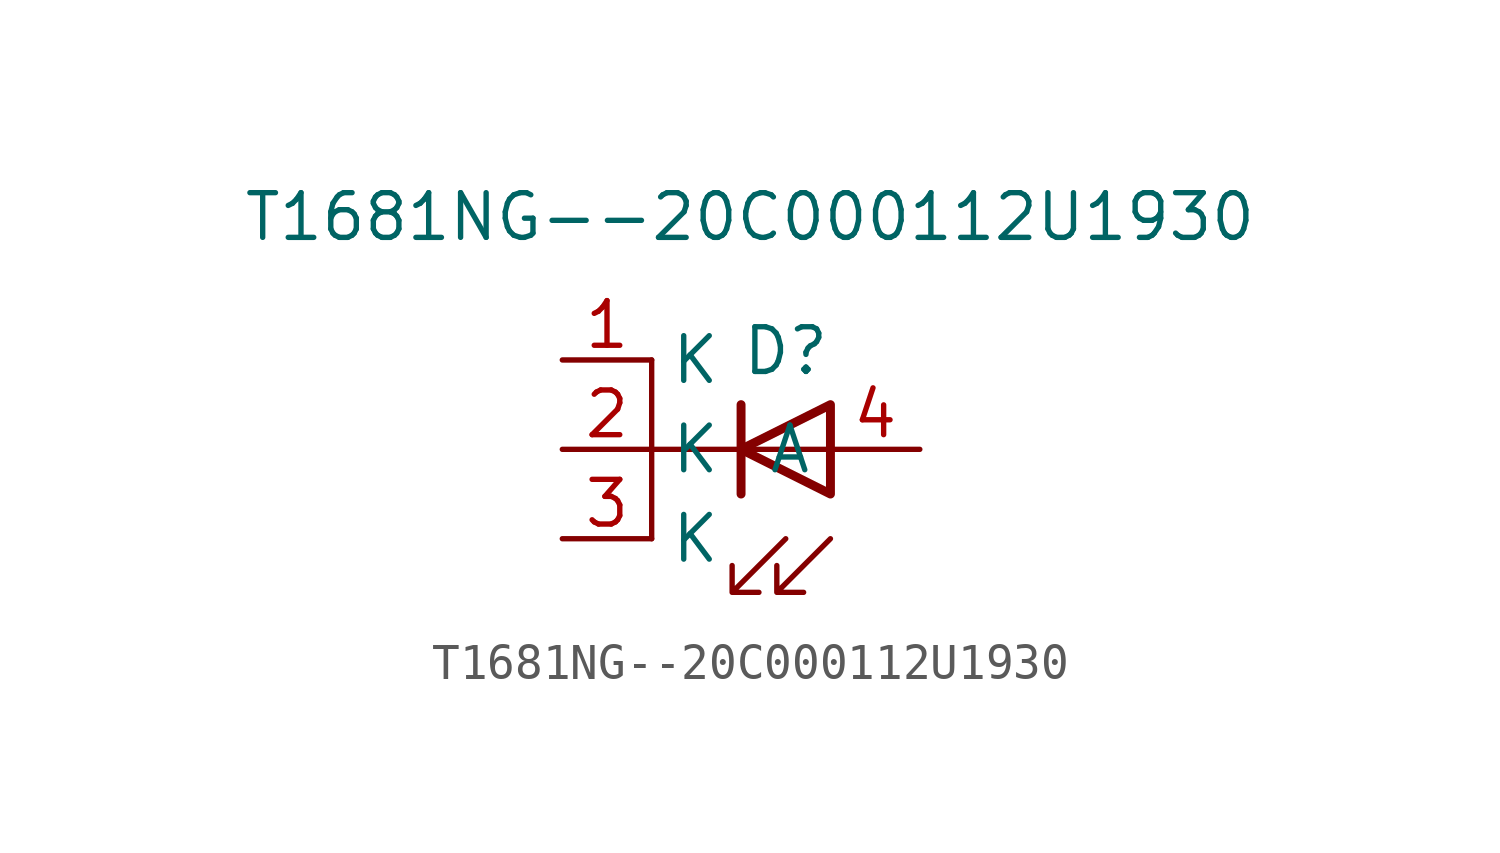
<source format=kicad_sym>
(kicad_symbol_lib
  (version 20231120)
  (generator "kicad_symbol_editor")
  (generator_version "8.0")
  (symbol "T1681NG--20C000112U1930"
    (property "Reference" "D"
      (at 0 2.794 0)
      (effects (font (size 1.27 1.27))))
    (property "Value" "T1681NG--20C000112U1930"
      (at -1.016 6.604 0)
      (effects (font (size 1.27 1.27))))
    (symbol "T1681NG--20C000112U1930_0_1"
      (polyline (pts (xy -3.81 0) (xy -3.81 -2.54)) (stroke (width 0) (type default)) (fill (type none)))
      (polyline (pts (xy -3.81 0) (xy -3.81 2.54)) (stroke (width 0) (type default)) (fill (type none)))
      (polyline (pts (xy -3.81 0) (xy -1.27 0)) (stroke (width 0) (type default)) (fill (type none)))
      (polyline (pts (xy -1.27 -1.27) (xy -1.27 1.27)) (stroke (width 0.254) (type default)) (fill (type none)))
      (polyline (pts (xy -1.27 0) (xy 1.27 0)) (stroke (width 0) (type default)) (fill (type none)))
      (polyline (pts (xy 1.27 -1.27) (xy 1.27 1.27) (xy -1.27 0) (xy 1.27 -1.27)) (stroke (width 0.254) (type default)) (fill (type none)))
      (polyline (pts (xy 0 -2.54) (xy -1.524 -4.064) (xy -0.762 -4.064) (xy -1.524 -4.064) (xy -1.524 -3.302)) (stroke (width 0) (type default)) (fill (type none)))
      (polyline (pts (xy 1.27 -2.54) (xy -0.254 -4.064) (xy 0.508 -4.064) (xy -0.254 -4.064) (xy -0.254 -3.302)) (stroke (width 0) (type default)) (fill (type none))))
    (symbol "T1681NG--20C000112U1930_1_1"
      (pin passive line (at -6.35 2.54 0) (length 2.54) (name "K" (effects (font (size 1.27 1.27)))) (number "1" (effects (font (size 1.27 1.27)))))
      (pin passive line (at -6.35 0 0) (length 2.54) (name "K" (effects (font (size 1.27 1.27)))) (number "2" (effects (font (size 1.27 1.27)))))
      (pin passive line (at -6.35 -2.54 0) (length 2.54) (name "K" (effects (font (size 1.27 1.27)))) (number "3" (effects (font (size 1.27 1.27)))))
      (pin passive line (at 3.81 0 180) (length 2.54) (name "A" (effects (font (size 1.27 1.27)))) (number "4" (effects (font (size 1.27 1.27))))))))
</source>
